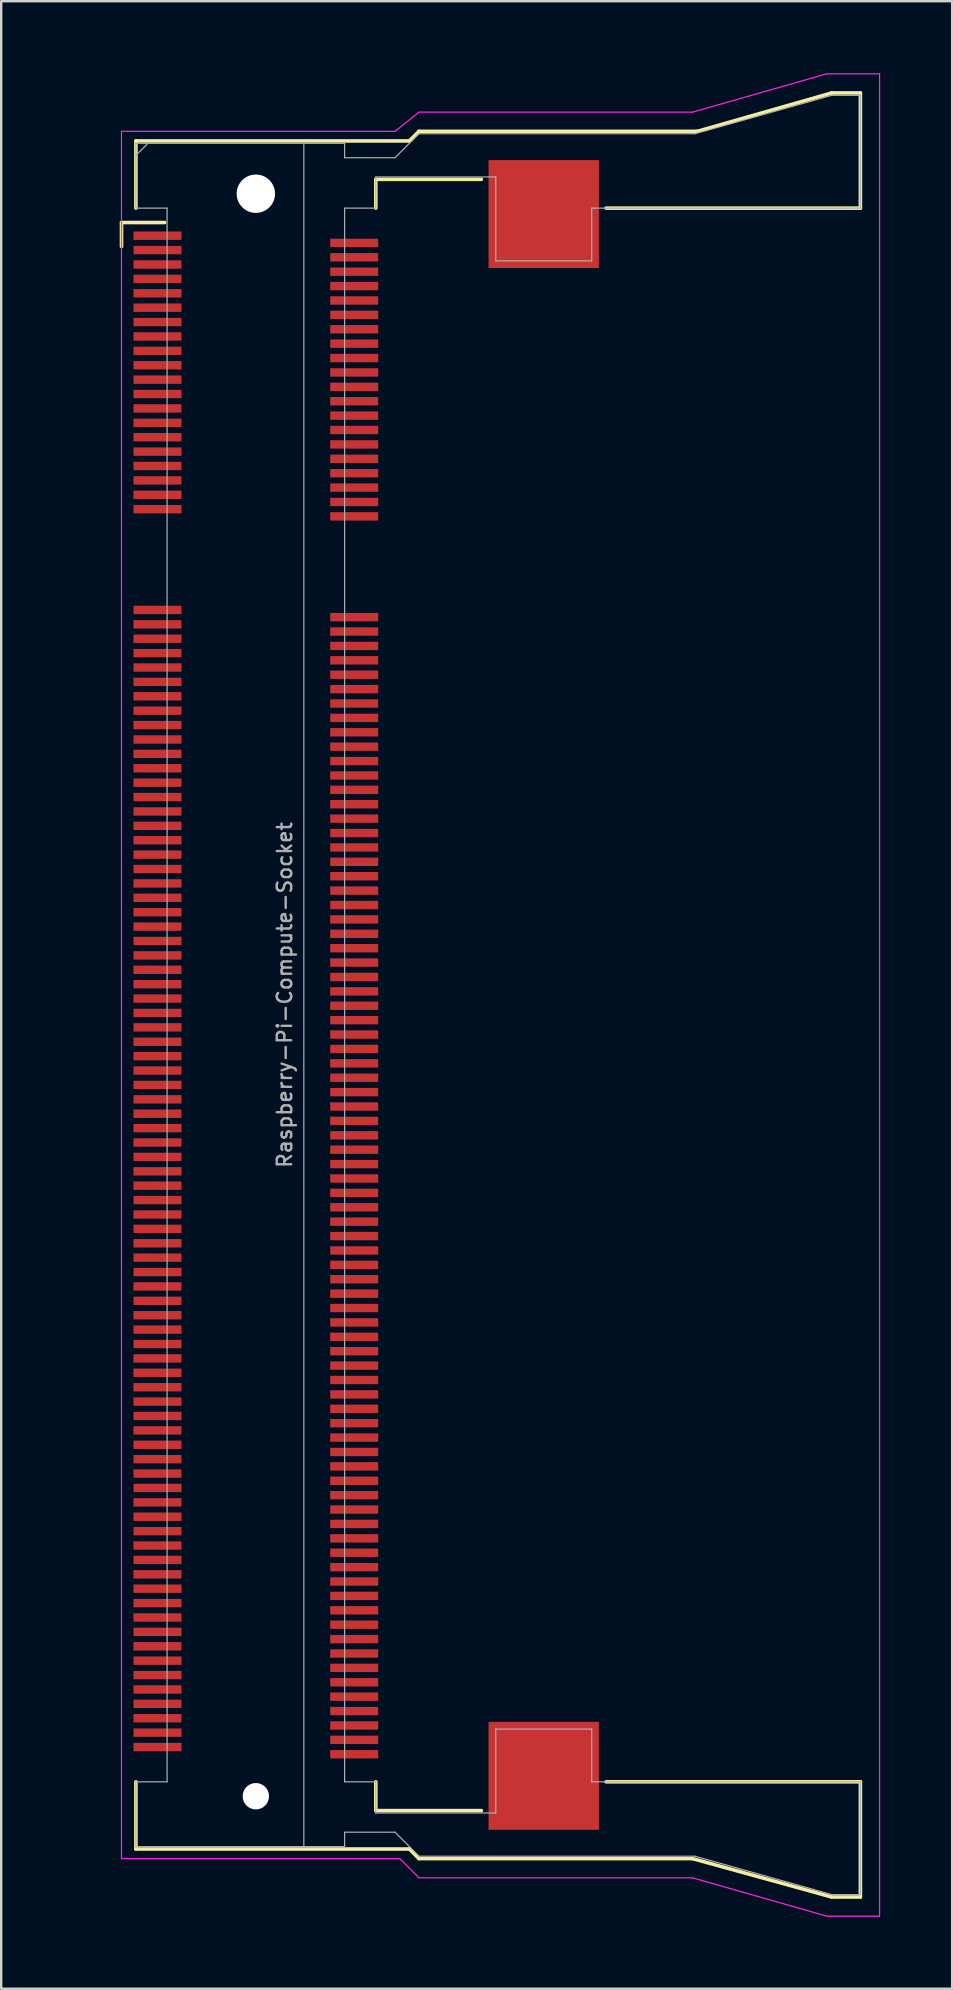
<source format=kicad_pcb>
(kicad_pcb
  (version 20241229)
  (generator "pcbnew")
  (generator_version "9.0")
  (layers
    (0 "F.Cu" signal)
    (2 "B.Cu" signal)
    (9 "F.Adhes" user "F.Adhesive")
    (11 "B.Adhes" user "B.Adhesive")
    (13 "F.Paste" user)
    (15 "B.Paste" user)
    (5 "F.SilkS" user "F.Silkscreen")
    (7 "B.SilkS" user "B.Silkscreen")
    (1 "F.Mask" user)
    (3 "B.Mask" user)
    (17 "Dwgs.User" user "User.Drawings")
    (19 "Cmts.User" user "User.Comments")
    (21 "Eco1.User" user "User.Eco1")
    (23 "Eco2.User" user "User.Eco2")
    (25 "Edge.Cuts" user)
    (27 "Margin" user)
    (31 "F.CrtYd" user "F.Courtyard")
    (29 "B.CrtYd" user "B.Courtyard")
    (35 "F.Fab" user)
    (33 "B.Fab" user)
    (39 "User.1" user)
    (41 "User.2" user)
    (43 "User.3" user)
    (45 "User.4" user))
  (footprint "Raspberry-Pi-Compute-Socket"
    (layer "F.Cu")
    (at 7.615 38.425)
    (property "Reference" "Raspberry-Pi-Compute-Socket" (at 1.2 0 90) (layer "F.Fab") (effects (font (size 0.6 0.6) (thickness 0.1))))
    (attr through_hole)
    (fp_line (start -5.6 -32.2) (end -3.8 -32.2) (stroke (width 0.15) (type solid)) (layer "F.SilkS"))
    (fp_line (start -5.6 -31.2) (end -5.6 -32.2) (stroke (width 0.15) (type solid)) (layer "F.SilkS"))
    (fp_line (start -5 -35.6) (end 6.4 -35.6) (stroke (width 0.15) (type solid)) (layer "F.SilkS"))
    (fp_line (start -5 -32.8) (end -5 -35.6) (stroke (width 0.15) (type solid)) (layer "F.SilkS"))
    (fp_line (start -5 32.8) (end -5 35.6) (stroke (width 0.15) (type solid)) (layer "F.SilkS"))
    (fp_line (start -5 35.6) (end 6.4 35.6) (stroke (width 0.15) (type solid)) (layer "F.SilkS"))
    (fp_line (start 5 -34) (end 9.4 -34) (stroke (width 0.15) (type solid)) (layer "F.SilkS"))
    (fp_line (start 5 -32.8) (end 5 -34) (stroke (width 0.15) (type solid)) (layer "F.SilkS"))
    (fp_line (start 5 34) (end 5 32.8) (stroke (width 0.15) (type solid)) (layer "F.SilkS"))
    (fp_line (start 6.4 -35.6) (end 6.8 -36) (stroke (width 0.15) (type solid)) (layer "F.SilkS"))
    (fp_line (start 6.4 35.6) (end 6.8 36) (stroke (width 0.15) (type solid)) (layer "F.SilkS"))
    (fp_line (start 6.8 -36) (end 18.4 -36) (stroke (width 0.15) (type solid)) (layer "F.SilkS"))
    (fp_line (start 6.8 36) (end 18.2 36) (stroke (width 0.15) (type solid)) (layer "F.SilkS"))
    (fp_line (start 9.4 34) (end 5 34) (stroke (width 0.15) (type solid)) (layer "F.SilkS"))
    (fp_line (start 14.6 -32.8) (end 25.2 -32.8) (stroke (width 0.15) (type solid)) (layer "F.SilkS"))
    (fp_line (start 14.6 32.8) (end 25.2 32.8) (stroke (width 0.15) (type solid)) (layer "F.SilkS"))
    (fp_line (start 18.2 36) (end 24 37.6) (stroke (width 0.15) (type solid)) (layer "F.SilkS"))
    (fp_line (start 18.4 -36) (end 24 -37.6) (stroke (width 0.15) (type solid)) (layer "F.SilkS"))
    (fp_line (start 24 -37.6) (end 25.2 -37.6) (stroke (width 0.15) (type solid)) (layer "F.SilkS"))
    (fp_line (start 24 37.6) (end 25.2 37.6) (stroke (width 0.15) (type solid)) (layer "F.SilkS"))
    (fp_line (start 25.2 -37.6) (end 25.2 -32.8) (stroke (width 0.15) (type solid)) (layer "F.SilkS"))
    (fp_line (start 25.2 37.6) (end 25.2 32.8) (stroke (width 0.15) (type solid)) (layer "F.SilkS"))
    (fp_line (start -5.6 -36) (end -5.6 36) (stroke (width 0.05) (type solid)) (layer "F.CrtYd"))
    (fp_line (start -5.6 -36) (end 5.8 -36) (stroke (width 0.05) (type solid)) (layer "F.CrtYd"))
    (fp_line (start -5.6 36) (end 6 36) (stroke (width 0.05) (type solid)) (layer "F.CrtYd"))
    (fp_line (start 6 36) (end 6.8 36.8) (stroke (width 0.05) (type solid)) (layer "F.CrtYd"))
    (fp_line (start 6.8 -36.8) (end 5.8 -36) (stroke (width 0.05) (type solid)) (layer "F.CrtYd"))
    (fp_line (start 6.8 36.8) (end 18.2 36.8) (stroke (width 0.05) (type solid)) (layer "F.CrtYd"))
    (fp_line (start 18.2 -36.8) (end 6.8 -36.8) (stroke (width 0.05) (type solid)) (layer "F.CrtYd"))
    (fp_line (start 18.2 36.8) (end 23.8 38.4) (stroke (width 0.05) (type solid)) (layer "F.CrtYd"))
    (fp_line (start 23.8 -38.4) (end 18.2 -36.8) (stroke (width 0.05) (type solid)) (layer "F.CrtYd"))
    (fp_line (start 23.8 38.4) (end 26 38.4) (stroke (width 0.05) (type solid)) (layer "F.CrtYd"))
    (fp_line (start 26 -38.4) (end 23.8 -38.4) (stroke (width 0.05) (type solid)) (layer "F.CrtYd"))
    (fp_line (start 26 38.4) (end 26 -38.4) (stroke (width 0.05) (type solid)) (layer "F.CrtYd"))
    (fp_line (start -5 -35.5) (end -5 -32.8) (stroke (width 0.05) (type solid)) (layer "F.Fab"))
    (fp_line (start -5 -35.5) (end 2 -35.5) (stroke (width 0.05) (type solid)) (layer "F.Fab"))
    (fp_line (start -5 -35) (end -4.5 -35.5) (stroke (width 0.05) (type solid)) (layer "F.Fab"))
    (fp_line (start -5 -32.8) (end -3.7 -32.8) (stroke (width 0.05) (type solid)) (layer "F.Fab"))
    (fp_line (start -5 32.8) (end -3.7 32.8) (stroke (width 0.05) (type solid)) (layer "F.Fab"))
    (fp_line (start -5 35.5) (end -5 32.8) (stroke (width 0.05) (type solid)) (layer "F.Fab"))
    (fp_line (start -3.7 32.8) (end -3.7 -32.8) (stroke (width 0.05) (type solid)) (layer "F.Fab"))
    (fp_line (start 2 -35.5) (end 2 35.5) (stroke (width 0.05) (type solid)) (layer "F.Fab"))
    (fp_line (start 2 35.5) (end -5 35.5) (stroke (width 0.05) (type solid)) (layer "F.Fab"))
    (fp_line (start 3.7 -35.5) (end 2 -35.5) (stroke (width 0.05) (type solid)) (layer "F.Fab"))
    (fp_line (start 3.7 -35.5) (end 3.7 -34.9) (stroke (width 0.05) (type solid)) (layer "F.Fab"))
    (fp_line (start 3.7 -32.8) (end 3.7 32.8) (stroke (width 0.05) (type solid)) (layer "F.Fab"))
    (fp_line (start 3.7 -32.8) (end 5 -32.8) (stroke (width 0.05) (type solid)) (layer "F.Fab"))
    (fp_line (start 3.7 34.9) (end 3.7 35.5) (stroke (width 0.05) (type solid)) (layer "F.Fab"))
    (fp_line (start 3.7 34.9) (end 5.8 34.9) (stroke (width 0.05) (type solid)) (layer "F.Fab"))
    (fp_line (start 3.7 35.5) (end 2 35.5) (stroke (width 0.05) (type solid)) (layer "F.Fab"))
    (fp_line (start 5 -34.1) (end 10 -34.1) (stroke (width 0.05) (type solid)) (layer "F.Fab"))
    (fp_line (start 5 -32.8) (end 5 -34.1) (stroke (width 0.05) (type solid)) (layer "F.Fab"))
    (fp_line (start 5 32.8) (end 3.7 32.8) (stroke (width 0.05) (type solid)) (layer "F.Fab"))
    (fp_line (start 5 34.1) (end 5 32.8) (stroke (width 0.05) (type solid)) (layer "F.Fab"))
    (fp_line (start 5 34.1) (end 10 34.1) (stroke (width 0.05) (type solid)) (layer "F.Fab"))
    (fp_line (start 5.8 -34.9) (end 3.7 -34.9) (stroke (width 0.05) (type solid)) (layer "F.Fab"))
    (fp_line (start 5.8 -34.9) (end 6.8 -35.9) (stroke (width 0.05) (type solid)) (layer "F.Fab"))
    (fp_line (start 5.8 34.9) (end 6.8 35.9) (stroke (width 0.05) (type solid)) (layer "F.Fab"))
    (fp_line (start 6.8 -35.9) (end 18.3 -35.9) (stroke (width 0.05) (type solid)) (layer "F.Fab"))
    (fp_line (start 10 -34.1) (end 10 -30.6) (stroke (width 0.05) (type solid)) (layer "F.Fab"))
    (fp_line (start 10 -30.6) (end 14 -30.6) (stroke (width 0.05) (type solid)) (layer "F.Fab"))
    (fp_line (start 10 30.6) (end 14 30.6) (stroke (width 0.05) (type solid)) (layer "F.Fab"))
    (fp_line (start 10 34.1) (end 10 30.6) (stroke (width 0.05) (type solid)) (layer "F.Fab"))
    (fp_line (start 14 -32.8) (end 25.2 -32.8) (stroke (width 0.05) (type solid)) (layer "F.Fab"))
    (fp_line (start 14 -30.6) (end 14 -32.8) (stroke (width 0.05) (type solid)) (layer "F.Fab"))
    (fp_line (start 14 30.6) (end 14 32.8) (stroke (width 0.05) (type solid)) (layer "F.Fab"))
    (fp_line (start 14 32.8) (end 25.2 32.8) (stroke (width 0.05) (type solid)) (layer "F.Fab"))
    (fp_line (start 18.3 35.9) (end 6.8 35.9) (stroke (width 0.05) (type solid)) (layer "F.Fab"))
    (fp_line (start 18.3 35.9) (end 24 37.5) (stroke (width 0.05) (type solid)) (layer "F.Fab"))
    (fp_line (start 24 -37.5) (end 18.3 -35.9) (stroke (width 0.05) (type solid)) (layer "F.Fab"))
    (fp_line (start 25.2 -37.5) (end 24 -37.5) (stroke (width 0.05) (type solid)) (layer "F.Fab"))
    (fp_line (start 25.2 -32.8) (end 25.2 -37.5) (stroke (width 0.05) (type solid)) (layer "F.Fab"))
    (fp_line (start 25.2 37.5) (end 24 37.5) (stroke (width 0.05) (type solid)) (layer "F.Fab"))
    (fp_line (start 25.2 37.5) (end 25.2 32.8) (stroke (width 0.05) (type solid)) (layer "F.Fab"))
    (fp_text user "${REFERENCE}" (at -4 -35 0) (layer "Eco1.User") (effects (font (size 0.3 0.3) (thickness 0.03))))
    (pad "" np_thru_hole circle (at 0 -33.4) (size 1.6 1.6) (drill 1.6) (layers "*.Cu"))
    (pad "" np_thru_hole circle (at 0 33.4) (size 1.1 1.1) (drill 1.1) (layers "*.Cu"))
    (pad "" smd rect (at 12 -32.55) (size 4.6 4.5) (layers "F.Cu" "F.Mask" "F.Paste"))
    (pad "" smd rect (at 12 32.55) (size 4.6 4.5) (layers "F.Cu" "F.Mask" "F.Paste"))
    (pad "1" smd rect (at -4.1 -31.65) (size 2 0.35) (layers "F.Cu" "F.Paste"))
    (pad "2" smd rect (at 4.1 -31.35) (size 2 0.35) (layers "F.Cu" "F.Paste"))
    (pad "3" smd rect (at -4.1 -31.05) (size 2 0.35) (layers "F.Cu" "F.Paste"))
    (pad "4" smd rect (at 4.1 -30.75) (size 2 0.35) (layers "F.Cu" "F.Paste"))
    (pad "5" smd rect (at -4.1 -30.45) (size 2 0.35) (layers "F.Cu" "F.Paste"))
    (pad "6" smd rect (at 4.1 -30.15) (size 2 0.35) (layers "F.Cu" "F.Paste"))
    (pad "7" smd rect (at -4.1 -29.85) (size 2 0.35) (layers "F.Cu" "F.Paste"))
    (pad "8" smd rect (at 4.1 -29.55) (size 2 0.35) (layers "F.Cu" "F.Paste"))
    (pad "9" smd rect (at -4.1 -29.25) (size 2 0.35) (layers "F.Cu" "F.Paste"))
    (pad "10" smd rect (at 4.1 -28.95) (size 2 0.35) (layers "F.Cu" "F.Paste"))
    (pad "11" smd rect (at -4.1 -28.65) (size 2 0.35) (layers "F.Cu" "F.Paste"))
    (pad "12" smd rect (at 4.1 -28.35) (size 2 0.35) (layers "F.Cu" "F.Paste"))
    (pad "13" smd rect (at -4.1 -28.05) (size 2 0.35) (layers "F.Cu" "F.Paste"))
    (pad "14" smd rect (at 4.1 -27.75) (size 2 0.35) (layers "F.Cu" "F.Paste"))
    (pad "15" smd rect (at -4.1 -27.45) (size 2 0.35) (layers "F.Cu" "F.Paste"))
    (pad "16" smd rect (at 4.1 -27.15) (size 2 0.35) (layers "F.Cu" "F.Paste"))
    (pad "17" smd rect (at -4.1 -26.85) (size 2 0.35) (layers "F.Cu" "F.Paste"))
    (pad "18" smd rect (at 4.1 -26.55) (size 2 0.35) (layers "F.Cu" "F.Paste"))
    (pad "19" smd rect (at -4.1 -26.25) (size 2 0.35) (layers "F.Cu" "F.Paste"))
    (pad "20" smd rect (at 4.1 -25.95) (size 2 0.35) (layers "F.Cu" "F.Paste"))
    (pad "21" smd rect (at -4.1 -25.65) (size 2 0.35) (layers "F.Cu" "F.Paste"))
    (pad "22" smd rect (at 4.1 -25.35) (size 2 0.35) (layers "F.Cu" "F.Paste"))
    (pad "23" smd rect (at -4.1 -25.05) (size 2 0.35) (layers "F.Cu" "F.Paste"))
    (pad "24" smd rect (at 4.1 -24.75) (size 2 0.35) (layers "F.Cu" "F.Paste"))
    (pad "25" smd rect (at -4.1 -24.45) (size 2 0.35) (layers "F.Cu" "F.Paste"))
    (pad "26" smd rect (at 4.1 -24.15) (size 2 0.35) (layers "F.Cu" "F.Paste"))
    (pad "27" smd rect (at -4.1 -23.85) (size 2 0.35) (layers "F.Cu" "F.Paste"))
    (pad "28" smd rect (at 4.1 -23.55) (size 2 0.35) (layers "F.Cu" "F.Paste"))
    (pad "29" smd rect (at -4.1 -23.25) (size 2 0.35) (layers "F.Cu" "F.Paste"))
    (pad "30" smd rect (at 4.1 -22.95) (size 2 0.35) (layers "F.Cu" "F.Paste"))
    (pad "31" smd rect (at -4.1 -22.65) (size 2 0.35) (layers "F.Cu" "F.Paste"))
    (pad "32" smd rect (at 4.1 -22.35) (size 2 0.35) (layers "F.Cu" "F.Paste"))
    (pad "33" smd rect (at -4.1 -22.05) (size 2 0.35) (layers "F.Cu" "F.Paste"))
    (pad "34" smd rect (at 4.1 -21.75) (size 2 0.35) (layers "F.Cu" "F.Paste"))
    (pad "35" smd rect (at -4.1 -21.45) (size 2 0.35) (layers "F.Cu" "F.Paste"))
    (pad "36" smd rect (at 4.1 -21.15) (size 2 0.35) (layers "F.Cu" "F.Paste"))
    (pad "37" smd rect (at -4.1 -20.85) (size 2 0.35) (layers "F.Cu" "F.Paste"))
    (pad "38" smd rect (at 4.1 -20.55) (size 2 0.35) (layers "F.Cu" "F.Paste"))
    (pad "39" smd rect (at -4.1 -20.25) (size 2 0.35) (layers "F.Cu" "F.Paste"))
    (pad "40" smd rect (at 4.1 -19.95) (size 2 0.35) (layers "F.Cu" "F.Paste"))
    (pad "41" smd rect (at -4.1 -16.05) (size 2 0.35) (layers "F.Cu" "F.Paste"))
    (pad "42" smd rect (at 4.1 -15.75) (size 2 0.35) (layers "F.Cu" "F.Paste"))
    (pad "43" smd rect (at -4.1 -15.45) (size 2 0.35) (layers "F.Cu" "F.Paste"))
    (pad "44" smd rect (at 4.1 -15.15) (size 2 0.35) (layers "F.Cu" "F.Paste"))
    (pad "45" smd rect (at -4.1 -14.85) (size 2 0.35) (layers "F.Cu" "F.Paste"))
    (pad "46" smd rect (at 4.1 -14.55) (size 2 0.35) (layers "F.Cu" "F.Paste"))
    (pad "47" smd rect (at -4.1 -14.25) (size 2 0.35) (layers "F.Cu" "F.Paste"))
    (pad "48" smd rect (at 4.1 -13.95) (size 2 0.35) (layers "F.Cu" "F.Paste"))
    (pad "49" smd rect (at -4.1 -13.65) (size 2 0.35) (layers "F.Cu" "F.Paste"))
    (pad "50" smd rect (at 4.1 -13.35) (size 2 0.35) (layers "F.Cu" "F.Paste"))
    (pad "51" smd rect (at -4.1 -13.05) (size 2 0.35) (layers "F.Cu" "F.Paste"))
    (pad "52" smd rect (at 4.1 -12.75) (size 2 0.35) (layers "F.Cu" "F.Paste"))
    (pad "53" smd rect (at -4.1 -12.45) (size 2 0.35) (layers "F.Cu" "F.Paste"))
    (pad "54" smd rect (at 4.1 -12.15) (size 2 0.35) (layers "F.Cu" "F.Paste"))
    (pad "55" smd rect (at -4.1 -11.85) (size 2 0.35) (layers "F.Cu" "F.Paste"))
    (pad "56" smd rect (at 4.1 -11.55) (size 2 0.35) (layers "F.Cu" "F.Paste"))
    (pad "57" smd rect (at -4.1 -11.25) (size 2 0.35) (layers "F.Cu" "F.Paste"))
    (pad "58" smd rect (at 4.1 -10.95) (size 2 0.35) (layers "F.Cu" "F.Paste"))
    (pad "59" smd rect (at -4.1 -10.65) (size 2 0.35) (layers "F.Cu" "F.Paste"))
    (pad "60" smd rect (at 4.1 -10.35) (size 2 0.35) (layers "F.Cu" "F.Paste"))
    (pad "61" smd rect (at -4.1 -10.05) (size 2 0.35) (layers "F.Cu" "F.Paste"))
    (pad "62" smd rect (at 4.1 -9.75) (size 2 0.35) (layers "F.Cu" "F.Paste"))
    (pad "63" smd rect (at -4.1 -9.45) (size 2 0.35) (layers "F.Cu" "F.Paste"))
    (pad "64" smd rect (at 4.1 -9.15) (size 2 0.35) (layers "F.Cu" "F.Paste"))
    (pad "65" smd rect (at -4.1 -8.85) (size 2 0.35) (layers "F.Cu" "F.Paste"))
    (pad "66" smd rect (at 4.1 -8.55) (size 2 0.35) (layers "F.Cu" "F.Paste"))
    (pad "67" smd rect (at -4.1 -8.25) (size 2 0.35) (layers "F.Cu" "F.Paste"))
    (pad "68" smd rect (at 4.1 -7.95) (size 2 0.35) (layers "F.Cu" "F.Paste"))
    (pad "69" smd rect (at -4.1 -7.65) (size 2 0.35) (layers "F.Cu" "F.Paste"))
    (pad "70" smd rect (at 4.1 -7.35) (size 2 0.35) (layers "F.Cu" "F.Paste"))
    (pad "71" smd rect (at -4.1 -7.05) (size 2 0.35) (layers "F.Cu" "F.Paste"))
    (pad "72" smd rect (at 4.1 -6.75) (size 2 0.35) (layers "F.Cu" "F.Paste"))
    (pad "73" smd rect (at -4.1 -6.45) (size 2 0.35) (layers "F.Cu" "F.Paste"))
    (pad "74" smd rect (at 4.1 -6.15) (size 2 0.35) (layers "F.Cu" "F.Paste"))
    (pad "75" smd rect (at -4.1 -5.85) (size 2 0.35) (layers "F.Cu" "F.Paste"))
    (pad "76" smd rect (at 4.1 -5.55) (size 2 0.35) (layers "F.Cu" "F.Paste"))
    (pad "77" smd rect (at -4.1 -5.25) (size 2 0.35) (layers "F.Cu" "F.Paste"))
    (pad "78" smd rect (at 4.1 -4.95) (size 2 0.35) (layers "F.Cu" "F.Paste"))
    (pad "79" smd rect (at -4.1 -4.65) (size 2 0.35) (layers "F.Cu" "F.Paste"))
    (pad "80" smd rect (at 4.1 -4.35) (size 2 0.35) (layers "F.Cu" "F.Paste"))
    (pad "81" smd rect (at -4.1 -4.05) (size 2 0.35) (layers "F.Cu" "F.Paste"))
    (pad "82" smd rect (at 4.1 -3.75) (size 2 0.35) (layers "F.Cu" "F.Paste"))
    (pad "83" smd rect (at -4.1 -3.45) (size 2 0.35) (layers "F.Cu" "F.Paste"))
    (pad "84" smd rect (at 4.1 -3.15) (size 2 0.35) (layers "F.Cu" "F.Paste"))
    (pad "85" smd rect (at -4.1 -2.85) (size 2 0.35) (layers "F.Cu" "F.Paste"))
    (pad "86" smd rect (at 4.1 -2.55) (size 2 0.35) (layers "F.Cu" "F.Paste"))
    (pad "87" smd rect (at -4.1 -2.25) (size 2 0.35) (layers "F.Cu" "F.Paste"))
    (pad "88" smd rect (at 4.1 -1.95) (size 2 0.35) (layers "F.Cu" "F.Paste"))
    (pad "89" smd rect (at -4.1 -1.65) (size 2 0.35) (layers "F.Cu" "F.Paste"))
    (pad "90" smd rect (at 4.1 -1.35) (size 2 0.35) (layers "F.Cu" "F.Paste"))
    (pad "91" smd rect (at -4.1 -1.05) (size 2 0.35) (layers "F.Cu" "F.Paste"))
    (pad "92" smd rect (at 4.1 -0.75) (size 2 0.35) (layers "F.Cu" "F.Paste"))
    (pad "93" smd rect (at -4.1 -0.45) (size 2 0.35) (layers "F.Cu" "F.Paste"))
    (pad "94" smd rect (at 4.1 -0.15) (size 2 0.35) (layers "F.Cu" "F.Paste"))
    (pad "95" smd rect (at -4.1 0.15) (size 2 0.35) (layers "F.Cu" "F.Paste"))
    (pad "96" smd rect (at 4.1 0.45) (size 2 0.35) (layers "F.Cu" "F.Paste"))
    (pad "97" smd rect (at -4.1 0.75) (size 2 0.35) (layers "F.Cu" "F.Paste"))
    (pad "98" smd rect (at 4.1 1.05) (size 2 0.35) (layers "F.Cu" "F.Paste"))
    (pad "99" smd rect (at -4.1 1.35) (size 2 0.35) (layers "F.Cu" "F.Paste"))
    (pad "100" smd rect (at 4.1 1.65) (size 2 0.35) (layers "F.Cu" "F.Paste"))
    (pad "101" smd rect (at -4.1 1.95) (size 2 0.35) (layers "F.Cu" "F.Paste"))
    (pad "102" smd rect (at 4.1 2.25) (size 2 0.35) (layers "F.Cu" "F.Paste"))
    (pad "103" smd rect (at -4.1 2.55) (size 2 0.35) (layers "F.Cu" "F.Paste"))
    (pad "104" smd rect (at 4.1 2.85) (size 2 0.35) (layers "F.Cu" "F.Paste"))
    (pad "105" smd rect (at -4.1 3.15) (size 2 0.35) (layers "F.Cu" "F.Paste"))
    (pad "106" smd rect (at 4.1 3.45) (size 2 0.35) (layers "F.Cu" "F.Paste"))
    (pad "107" smd rect (at -4.1 3.75) (size 2 0.35) (layers "F.Cu" "F.Paste"))
    (pad "108" smd rect (at 4.1 4.05) (size 2 0.35) (layers "F.Cu" "F.Paste"))
    (pad "109" smd rect (at -4.1 4.35) (size 2 0.35) (layers "F.Cu" "F.Paste"))
    (pad "110" smd rect (at 4.1 4.65) (size 2 0.35) (layers "F.Cu" "F.Paste"))
    (pad "111" smd rect (at -4.1 4.95) (size 2 0.35) (layers "F.Cu" "F.Paste"))
    (pad "112" smd rect (at 4.1 5.25) (size 2 0.35) (layers "F.Cu" "F.Paste"))
    (pad "113" smd rect (at -4.1 5.55) (size 2 0.35) (layers "F.Cu" "F.Paste"))
    (pad "114" smd rect (at 4.1 5.85) (size 2 0.35) (layers "F.Cu" "F.Paste"))
    (pad "115" smd rect (at -4.1 6.15) (size 2 0.35) (layers "F.Cu" "F.Paste"))
    (pad "116" smd rect (at 4.1 6.45) (size 2 0.35) (layers "F.Cu" "F.Paste"))
    (pad "117" smd rect (at -4.1 6.75) (size 2 0.35) (layers "F.Cu" "F.Paste"))
    (pad "118" smd rect (at 4.1 7.05) (size 2 0.35) (layers "F.Cu" "F.Paste"))
    (pad "119" smd rect (at -4.1 7.35) (size 2 0.35) (layers "F.Cu" "F.Paste"))
    (pad "120" smd rect (at 4.1 7.65) (size 2 0.35) (layers "F.Cu" "F.Paste"))
    (pad "121" smd rect (at -4.1 7.95) (size 2 0.35) (layers "F.Cu" "F.Paste"))
    (pad "122" smd rect (at 4.1 8.25) (size 2 0.35) (layers "F.Cu" "F.Paste"))
    (pad "123" smd rect (at -4.1 8.55) (size 2 0.35) (layers "F.Cu" "F.Paste"))
    (pad "124" smd rect (at 4.1 8.85) (size 2 0.35) (layers "F.Cu" "F.Paste"))
    (pad "125" smd rect (at -4.1 9.15) (size 2 0.35) (layers "F.Cu" "F.Paste"))
    (pad "126" smd rect (at 4.1 9.45) (size 2 0.35) (layers "F.Cu" "F.Paste"))
    (pad "127" smd rect (at -4.1 9.75) (size 2 0.35) (layers "F.Cu" "F.Paste"))
    (pad "128" smd rect (at 4.1 10.05) (size 2 0.35) (layers "F.Cu" "F.Paste"))
    (pad "129" smd rect (at -4.1 10.35) (size 2 0.35) (layers "F.Cu" "F.Paste"))
    (pad "130" smd rect (at 4.1 10.65) (size 2 0.35) (layers "F.Cu" "F.Paste"))
    (pad "131" smd rect (at -4.1 10.95) (size 2 0.35) (layers "F.Cu" "F.Paste"))
    (pad "132" smd rect (at 4.1 11.25) (size 2 0.35) (layers "F.Cu" "F.Paste"))
    (pad "133" smd rect (at -4.1 11.55) (size 2 0.35) (layers "F.Cu" "F.Paste"))
    (pad "134" smd rect (at 4.1 11.85) (size 2 0.35) (layers "F.Cu" "F.Paste"))
    (pad "135" smd rect (at -4.1 12.15) (size 2 0.35) (layers "F.Cu" "F.Paste"))
    (pad "136" smd rect (at 4.1 12.45) (size 2 0.35) (layers "F.Cu" "F.Paste"))
    (pad "137" smd rect (at -4.1 12.75) (size 2 0.35) (layers "F.Cu" "F.Paste"))
    (pad "138" smd rect (at 4.1 13.05) (size 2 0.35) (layers "F.Cu" "F.Paste"))
    (pad "139" smd rect (at -4.1 13.35) (size 2 0.35) (layers "F.Cu" "F.Paste"))
    (pad "140" smd rect (at 4.1 13.65) (size 2 0.35) (layers "F.Cu" "F.Paste"))
    (pad "141" smd rect (at -4.1 13.95) (size 2 0.35) (layers "F.Cu" "F.Paste"))
    (pad "142" smd rect (at 4.1 14.25) (size 2 0.35) (layers "F.Cu" "F.Paste"))
    (pad "143" smd rect (at -4.1 14.55) (size 2 0.35) (layers "F.Cu" "F.Paste"))
    (pad "144" smd rect (at 4.1 14.85) (size 2 0.35) (layers "F.Cu" "F.Paste"))
    (pad "145" smd rect (at -4.1 15.15) (size 2 0.35) (layers "F.Cu" "F.Paste"))
    (pad "146" smd rect (at 4.1 15.45) (size 2 0.35) (layers "F.Cu" "F.Paste"))
    (pad "147" smd rect (at -4.1 15.75) (size 2 0.35) (layers "F.Cu" "F.Paste"))
    (pad "148" smd rect (at 4.1 16.05) (size 2 0.35) (layers "F.Cu" "F.Paste"))
    (pad "149" smd rect (at -4.1 16.35) (size 2 0.35) (layers "F.Cu" "F.Paste"))
    (pad "150" smd rect (at 4.1 16.65) (size 2 0.35) (layers "F.Cu" "F.Paste"))
    (pad "151" smd rect (at -4.1 16.95) (size 2 0.35) (layers "F.Cu" "F.Paste"))
    (pad "152" smd rect (at 4.1 17.25) (size 2 0.35) (layers "F.Cu" "F.Paste"))
    (pad "153" smd rect (at -4.1 17.55) (size 2 0.35) (layers "F.Cu" "F.Paste"))
    (pad "154" smd rect (at 4.1 17.85) (size 2 0.35) (layers "F.Cu" "F.Paste"))
    (pad "155" smd rect (at -4.1 18.15) (size 2 0.35) (layers "F.Cu" "F.Paste"))
    (pad "156" smd rect (at 4.1 18.45) (size 2 0.35) (layers "F.Cu" "F.Paste"))
    (pad "157" smd rect (at -4.1 18.75) (size 2 0.35) (layers "F.Cu" "F.Paste"))
    (pad "158" smd rect (at 4.1 19.05) (size 2 0.35) (layers "F.Cu" "F.Paste"))
    (pad "159" smd rect (at -4.1 19.35) (size 2 0.35) (layers "F.Cu" "F.Paste"))
    (pad "160" smd rect (at 4.1 19.65) (size 2 0.35) (layers "F.Cu" "F.Paste"))
    (pad "161" smd rect (at -4.1 19.95) (size 2 0.35) (layers "F.Cu" "F.Paste"))
    (pad "162" smd rect (at 4.1 20.25) (size 2 0.35) (layers "F.Cu" "F.Paste"))
    (pad "163" smd rect (at -4.1 20.55) (size 2 0.35) (layers "F.Cu" "F.Paste"))
    (pad "164" smd rect (at 4.1 20.85) (size 2 0.35) (layers "F.Cu" "F.Paste"))
    (pad "165" smd rect (at -4.1 21.15) (size 2 0.35) (layers "F.Cu" "F.Paste"))
    (pad "166" smd rect (at 4.1 21.45) (size 2 0.35) (layers "F.Cu" "F.Paste"))
    (pad "167" smd rect (at -4.1 21.75) (size 2 0.35) (layers "F.Cu" "F.Paste"))
    (pad "168" smd rect (at 4.1 22.05) (size 2 0.35) (layers "F.Cu" "F.Paste"))
    (pad "169" smd rect (at -4.1 22.35) (size 2 0.35) (layers "F.Cu" "F.Paste"))
    (pad "170" smd rect (at 4.1 22.65) (size 2 0.35) (layers "F.Cu" "F.Paste"))
    (pad "171" smd rect (at -4.1 22.95) (size 2 0.35) (layers "F.Cu" "F.Paste"))
    (pad "172" smd rect (at 4.1 23.25) (size 2 0.35) (layers "F.Cu" "F.Paste"))
    (pad "173" smd rect (at -4.1 23.55) (size 2 0.35) (layers "F.Cu" "F.Paste"))
    (pad "174" smd rect (at 4.1 23.85) (size 2 0.35) (layers "F.Cu" "F.Paste"))
    (pad "175" smd rect (at -4.1 24.15) (size 2 0.35) (layers "F.Cu" "F.Paste"))
    (pad "176" smd rect (at 4.1 24.45) (size 2 0.35) (layers "F.Cu" "F.Paste"))
    (pad "177" smd rect (at -4.1 24.75) (size 2 0.35) (layers "F.Cu" "F.Paste"))
    (pad "178" smd rect (at 4.1 25.05) (size 2 0.35) (layers "F.Cu" "F.Paste"))
    (pad "179" smd rect (at -4.1 25.35) (size 2 0.35) (layers "F.Cu" "F.Paste"))
    (pad "180" smd rect (at 4.1 25.65) (size 2 0.35) (layers "F.Cu" "F.Paste"))
    (pad "181" smd rect (at -4.1 25.95) (size 2 0.35) (layers "F.Cu" "F.Paste"))
    (pad "182" smd rect (at 4.1 26.25) (size 2 0.35) (layers "F.Cu" "F.Paste"))
    (pad "183" smd rect (at -4.1 26.55) (size 2 0.35) (layers "F.Cu" "F.Paste"))
    (pad "184" smd rect (at 4.1 26.85) (size 2 0.35) (layers "F.Cu" "F.Paste"))
    (pad "185" smd rect (at -4.1 27.15) (size 2 0.35) (layers "F.Cu" "F.Paste"))
    (pad "186" smd rect (at 4.1 27.45) (size 2 0.35) (layers "F.Cu" "F.Paste"))
    (pad "187" smd rect (at -4.1 27.75) (size 2 0.35) (layers "F.Cu" "F.Paste"))
    (pad "188" smd rect (at 4.1 28.05) (size 2 0.35) (layers "F.Cu" "F.Paste"))
    (pad "189" smd rect (at -4.1 28.35) (size 2 0.35) (layers "F.Cu" "F.Paste"))
    (pad "190" smd rect (at 4.1 28.65) (size 2 0.35) (layers "F.Cu" "F.Paste"))
    (pad "191" smd rect (at -4.1 28.95) (size 2 0.35) (layers "F.Cu" "F.Paste"))
    (pad "192" smd rect (at 4.1 29.25) (size 2 0.35) (layers "F.Cu" "F.Paste"))
    (pad "193" smd rect (at -4.1 29.55) (size 2 0.35) (layers "F.Cu" "F.Paste"))
    (pad "194" smd rect (at 4.1 29.85) (size 2 0.35) (layers "F.Cu" "F.Paste"))
    (pad "195" smd rect (at -4.1 30.15) (size 2 0.35) (layers "F.Cu" "F.Paste"))
    (pad "196" smd rect (at 4.1 30.45) (size 2 0.35) (layers "F.Cu" "F.Paste"))
    (pad "197" smd rect (at -4.1 30.75) (size 2 0.35) (layers "F.Cu" "F.Paste"))
    (pad "198" smd rect (at 4.1 31.05) (size 2 0.35) (layers "F.Cu" "F.Paste"))
    (pad "199" smd rect (at -4.1 31.35) (size 2 0.35) (layers "F.Cu" "F.Paste"))
    (pad "200" smd rect (at 4.1 31.65) (size 2 0.35) (layers "F.Cu" "F.Paste")))
  (gr_rect
    (start -3 -3)
    (end 36.64 79.85)
    (stroke (width 0.1) (type default))
    (fill no)
    (layer "Edge.Cuts")))
</source>
